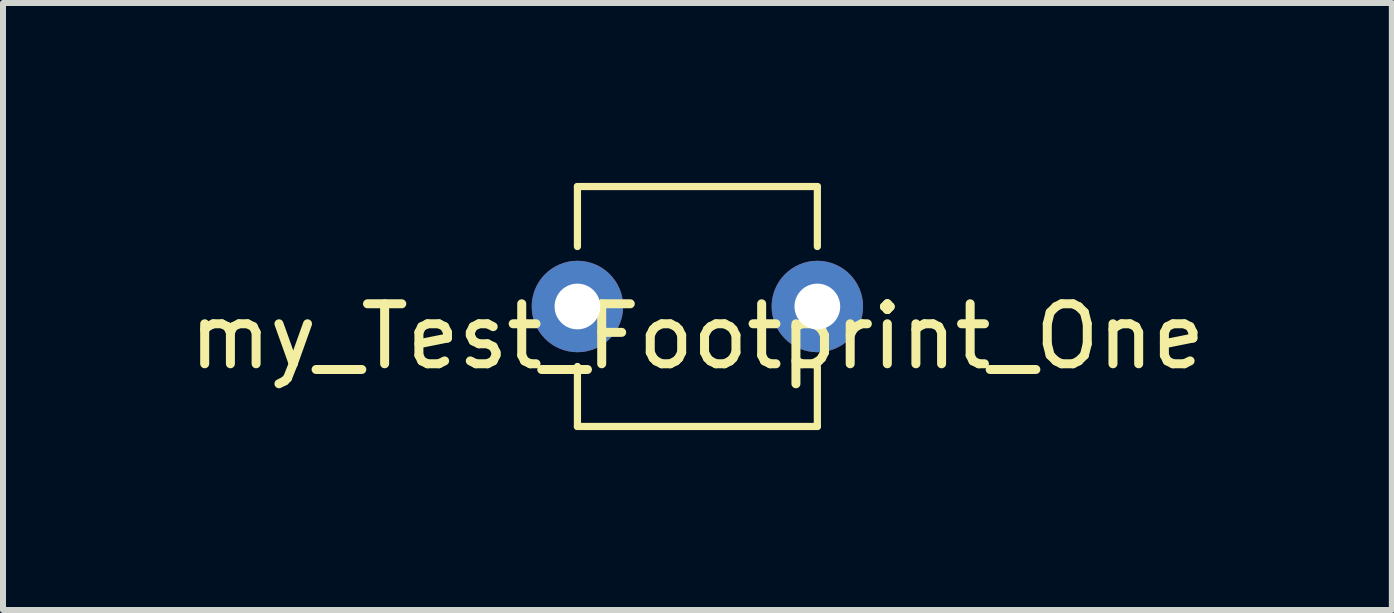
<source format=kicad_pcb>
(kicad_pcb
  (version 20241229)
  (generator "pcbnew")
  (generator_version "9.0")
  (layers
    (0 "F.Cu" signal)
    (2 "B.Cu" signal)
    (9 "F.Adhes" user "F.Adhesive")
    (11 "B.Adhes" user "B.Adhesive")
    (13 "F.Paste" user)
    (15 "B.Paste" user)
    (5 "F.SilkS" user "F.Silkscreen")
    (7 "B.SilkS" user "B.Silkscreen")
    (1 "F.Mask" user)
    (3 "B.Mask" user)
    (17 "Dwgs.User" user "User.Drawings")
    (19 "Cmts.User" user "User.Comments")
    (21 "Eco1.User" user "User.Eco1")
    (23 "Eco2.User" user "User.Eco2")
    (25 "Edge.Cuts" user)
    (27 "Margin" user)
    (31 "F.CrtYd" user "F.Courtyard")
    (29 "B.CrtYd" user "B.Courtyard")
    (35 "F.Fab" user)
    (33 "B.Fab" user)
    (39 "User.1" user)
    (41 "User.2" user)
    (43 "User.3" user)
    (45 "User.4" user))
  (footprint "my_Test_Footprint_One"
    (layer "F.Cu")
    (at 8.577 2.06)
    (property "Reference" "my_Test_Footprint_One" (at 0 0.5 0) (layer "F.SilkS") (effects (font (size 1 1) (thickness 0.15))))
    (attr through_hole)
    (fp_line (start -2 -2) (end 2 -2) (stroke (width 0.12) (type solid)) (layer "F.SilkS"))
    (fp_line (start -2 -1) (end -2 -2) (stroke (width 0.12) (type solid)) (layer "F.SilkS"))
    (fp_line (start -2 1) (end -2 2) (stroke (width 0.12) (type solid)) (layer "F.SilkS"))
    (fp_line (start -2 2) (end 2 2) (stroke (width 0.12) (type solid)) (layer "F.SilkS"))
    (fp_line (start 2 -2) (end 2 -1) (stroke (width 0.12) (type solid)) (layer "F.SilkS"))
    (fp_line (start 2 2) (end 2 1) (stroke (width 0.12) (type solid)) (layer "F.SilkS"))
    (pad "1" thru_hole circle (at -2 0) (size 1.524 1.524) (drill 0.762) (layers "*.Cu" "*.Mask"))
    (pad "2" thru_hole circle (at 2 0) (size 1.524 1.524) (drill 0.762) (layers "*.Cu" "*.Mask")))
  (gr_rect
    (start -3 -3)
    (end 20.155 7.12)
    (stroke (width 0.1) (type default))
    (fill no)
    (layer "Edge.Cuts")))
</source>
